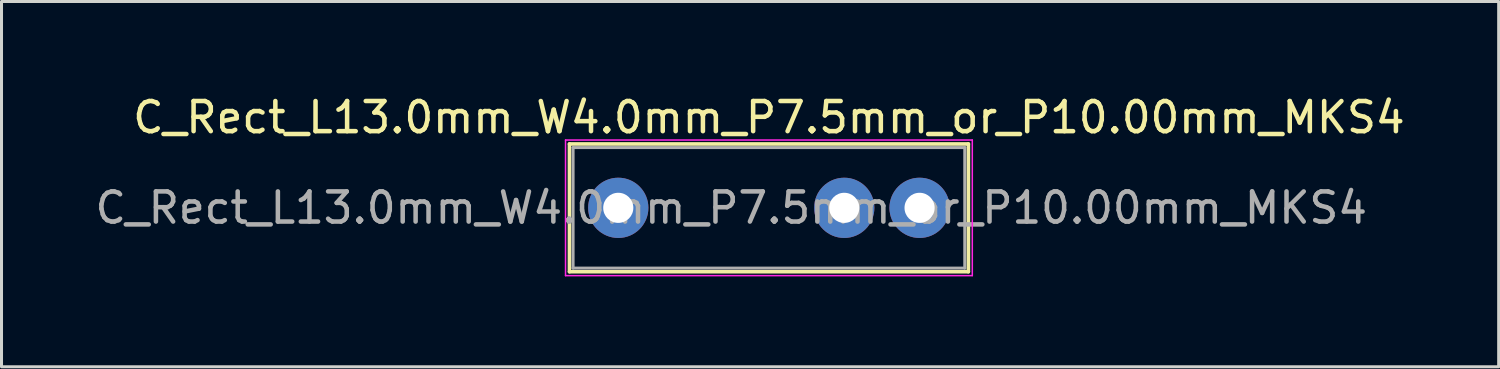
<source format=kicad_pcb>
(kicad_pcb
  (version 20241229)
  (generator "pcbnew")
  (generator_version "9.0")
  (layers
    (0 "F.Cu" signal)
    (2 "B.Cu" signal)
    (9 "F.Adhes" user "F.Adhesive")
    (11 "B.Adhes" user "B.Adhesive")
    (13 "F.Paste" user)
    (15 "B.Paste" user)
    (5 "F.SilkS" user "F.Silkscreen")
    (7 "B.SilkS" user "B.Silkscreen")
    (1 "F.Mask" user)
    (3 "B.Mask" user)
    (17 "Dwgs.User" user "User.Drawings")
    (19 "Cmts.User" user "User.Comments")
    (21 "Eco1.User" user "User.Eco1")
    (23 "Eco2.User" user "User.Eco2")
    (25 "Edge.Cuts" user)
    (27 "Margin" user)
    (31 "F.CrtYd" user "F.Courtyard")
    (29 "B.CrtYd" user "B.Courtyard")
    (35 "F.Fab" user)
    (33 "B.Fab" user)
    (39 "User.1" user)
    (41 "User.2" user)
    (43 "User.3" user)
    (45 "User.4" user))
  (footprint "C_Rect_L13.0mm_W4.0mm_P7.5mm_or_P10.00mm_MKS4"
    (layer "F.Cu")
    (at 17.47 3.848)
    (property "Reference" "C_Rect_L13.0mm_W4.0mm_P7.5mm_or_P10.00mm_MKS4" (at 5 -3 180) (layer "F.SilkS") (effects (font (size 1 1) (thickness 0.15))))
    (attr through_hole)
    (fp_line (start -1.62 -2.12) (end -1.62 2.12) (stroke (width 0.12) (type solid)) (layer "F.SilkS"))
    (fp_line (start -1.62 -2.12) (end 11.62 -2.12) (stroke (width 0.12) (type solid)) (layer "F.SilkS"))
    (fp_line (start -1.62 2.12) (end 11.62 2.12) (stroke (width 0.12) (type solid)) (layer "F.SilkS"))
    (fp_line (start 11.62 -2.12) (end 11.62 2.12) (stroke (width 0.12) (type solid)) (layer "F.SilkS"))
    (fp_line (start -1.75 -2.25) (end -1.75 2.25) (stroke (width 0.05) (type solid)) (layer "F.CrtYd"))
    (fp_line (start -1.75 2.25) (end 11.75 2.25) (stroke (width 0.05) (type solid)) (layer "F.CrtYd"))
    (fp_line (start 11.75 -2.25) (end -1.75 -2.25) (stroke (width 0.05) (type solid)) (layer "F.CrtYd"))
    (fp_line (start 11.75 2.25) (end 11.75 -2.25) (stroke (width 0.05) (type solid)) (layer "F.CrtYd"))
    (fp_line (start -1.5 -2) (end -1.5 2) (stroke (width 0.1) (type solid)) (layer "F.Fab"))
    (fp_line (start -1.5 2) (end 11.5 2) (stroke (width 0.1) (type solid)) (layer "F.Fab"))
    (fp_line (start 11.5 -2) (end -1.5 -2) (stroke (width 0.1) (type solid)) (layer "F.Fab"))
    (fp_line (start 11.5 2) (end 11.5 -2) (stroke (width 0.1) (type solid)) (layer "F.Fab"))
    (fp_text user "${REFERENCE}" (at 3.75 0 0) (layer "F.Fab") (effects (font (size 1 1) (thickness 0.15))))
    (pad "1" thru_hole circle (at 0 0) (size 2 2) (drill 1) (layers "*.Cu" "*.Mask"))
    (pad "2" thru_hole circle (at 7.5 0) (size 2 2) (drill 1) (layers "*.Cu" "*.Mask"))
    (pad "2" thru_hole circle (at 10 0) (size 2 2) (drill 1) (layers "*.Cu" "*.Mask")))
  (gr_rect
    (start -3 -3)
    (end 46.69 9.123)
    (stroke (width 0.1) (type default))
    (fill no)
    (layer "Edge.Cuts")))
</source>
